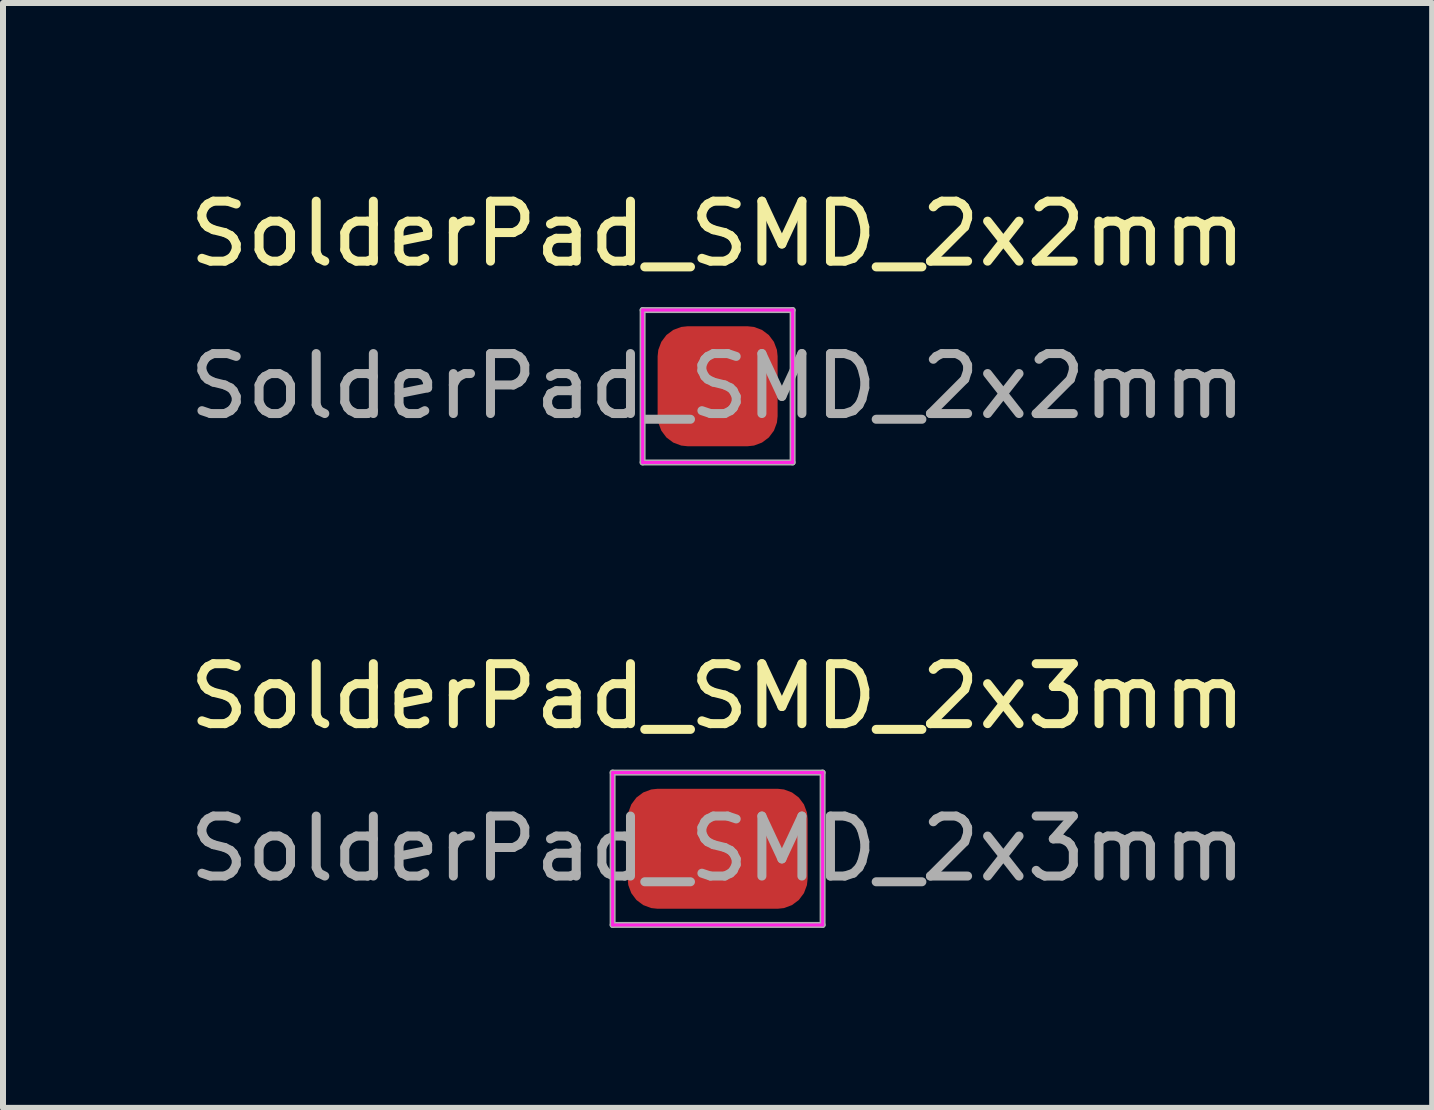
<source format=kicad_pcb>
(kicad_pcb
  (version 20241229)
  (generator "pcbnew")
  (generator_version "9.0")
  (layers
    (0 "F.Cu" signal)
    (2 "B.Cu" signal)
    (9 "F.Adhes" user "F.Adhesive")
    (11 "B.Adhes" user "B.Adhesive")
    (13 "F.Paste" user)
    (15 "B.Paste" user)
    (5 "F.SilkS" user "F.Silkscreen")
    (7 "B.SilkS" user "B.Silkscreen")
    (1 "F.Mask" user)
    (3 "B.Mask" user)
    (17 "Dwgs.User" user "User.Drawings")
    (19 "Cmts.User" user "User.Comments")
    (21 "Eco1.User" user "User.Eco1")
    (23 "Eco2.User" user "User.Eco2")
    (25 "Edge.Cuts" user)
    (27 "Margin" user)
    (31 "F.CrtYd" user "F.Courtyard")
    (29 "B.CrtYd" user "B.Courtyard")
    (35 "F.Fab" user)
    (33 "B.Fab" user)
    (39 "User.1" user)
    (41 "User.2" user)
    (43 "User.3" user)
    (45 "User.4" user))
  (footprint "SolderPad_SMD_2x2mm"
    (layer "F.Cu")
    (at 8.911 3.388)
    (property "Reference" "SolderPad_SMD_2x2mm" (at 0 -2.54 0) (layer "F.SilkS") (effects (font (size 1 1) (thickness 0.15))))
    (attr exclude_from_pos_files exclude_from_bom)
    (fp_line (start -1.25 -1.27) (end -1.25 1.27) (stroke (width 0.05) (type solid)) (layer "F.CrtYd"))
    (fp_line (start -1.25 1.27) (end 1.25 1.27) (stroke (width 0.05) (type solid)) (layer "F.CrtYd"))
    (fp_line (start 1.25 -1.27) (end -1.25 -1.27) (stroke (width 0.05) (type solid)) (layer "F.CrtYd"))
    (fp_line (start 1.25 1.27) (end 1.25 -1.27) (stroke (width 0.05) (type solid)) (layer "F.CrtYd"))
    (fp_line (start -1.25 -1.27) (end 1.25 -1.27) (stroke (width 0.1) (type solid)) (layer "F.Fab"))
    (fp_line (start -1.25 1.27) (end -1.25 -1.27) (stroke (width 0.1) (type solid)) (layer "F.Fab"))
    (fp_line (start 1.25 -1.27) (end 1.25 1.27) (stroke (width 0.1) (type solid)) (layer "F.Fab"))
    (fp_line (start 1.25 1.27) (end -1.25 1.27) (stroke (width 0.1) (type solid)) (layer "F.Fab"))
    (fp_text user "${REFERENCE}" (at 0 0 0) (layer "F.Fab") (effects (font (size 1 1) (thickness 0.15))))
    (pad "1" smd roundrect (at 0 0) (size 2 2) (layers "F.Cu" "F.Mask" "F.Paste") (roundrect_rratio 0.25)))
  (footprint "SolderPad_SMD_2x3mm"
    (layer "F.Cu")
    (at 8.911 11.097)
    (property "Reference" "SolderPad_SMD_2x3mm" (at 0 -2.54 0) (layer "F.SilkS") (effects (font (size 1 1) (thickness 0.15))))
    (attr exclude_from_pos_files exclude_from_bom)
    (fp_line (start -1.75 -1.27) (end -1.75 1.27) (stroke (width 0.05) (type solid)) (layer "F.CrtYd"))
    (fp_line (start -1.75 1.27) (end 1.75 1.27) (stroke (width 0.05) (type solid)) (layer "F.CrtYd"))
    (fp_line (start 1.75 -1.27) (end -1.75 -1.27) (stroke (width 0.05) (type solid)) (layer "F.CrtYd"))
    (fp_line (start 1.75 1.27) (end 1.75 -1.27) (stroke (width 0.05) (type solid)) (layer "F.CrtYd"))
    (fp_line (start -1.75 -1.27) (end 1.75 -1.27) (stroke (width 0.1) (type solid)) (layer "F.Fab"))
    (fp_line (start -1.75 1.27) (end -1.75 -1.27) (stroke (width 0.1) (type solid)) (layer "F.Fab"))
    (fp_line (start 1.75 -1.27) (end 1.75 1.27) (stroke (width 0.1) (type solid)) (layer "F.Fab"))
    (fp_line (start 1.75 1.27) (end -1.75 1.27) (stroke (width 0.1) (type solid)) (layer "F.Fab"))
    (fp_text user "${REFERENCE}" (at 0 0 0) (layer "F.Fab") (effects (font (size 1 1) (thickness 0.15))))
    (pad "1" smd roundrect (at 0 0) (size 3 2) (layers "F.Cu" "F.Mask" "F.Paste") (roundrect_rratio 0.25)))
  (gr_rect
    (start -3 -3)
    (end 20.821 15.416)
    (stroke (width 0.1) (type default))
    (fill no)
    (layer "Edge.Cuts")))
</source>
